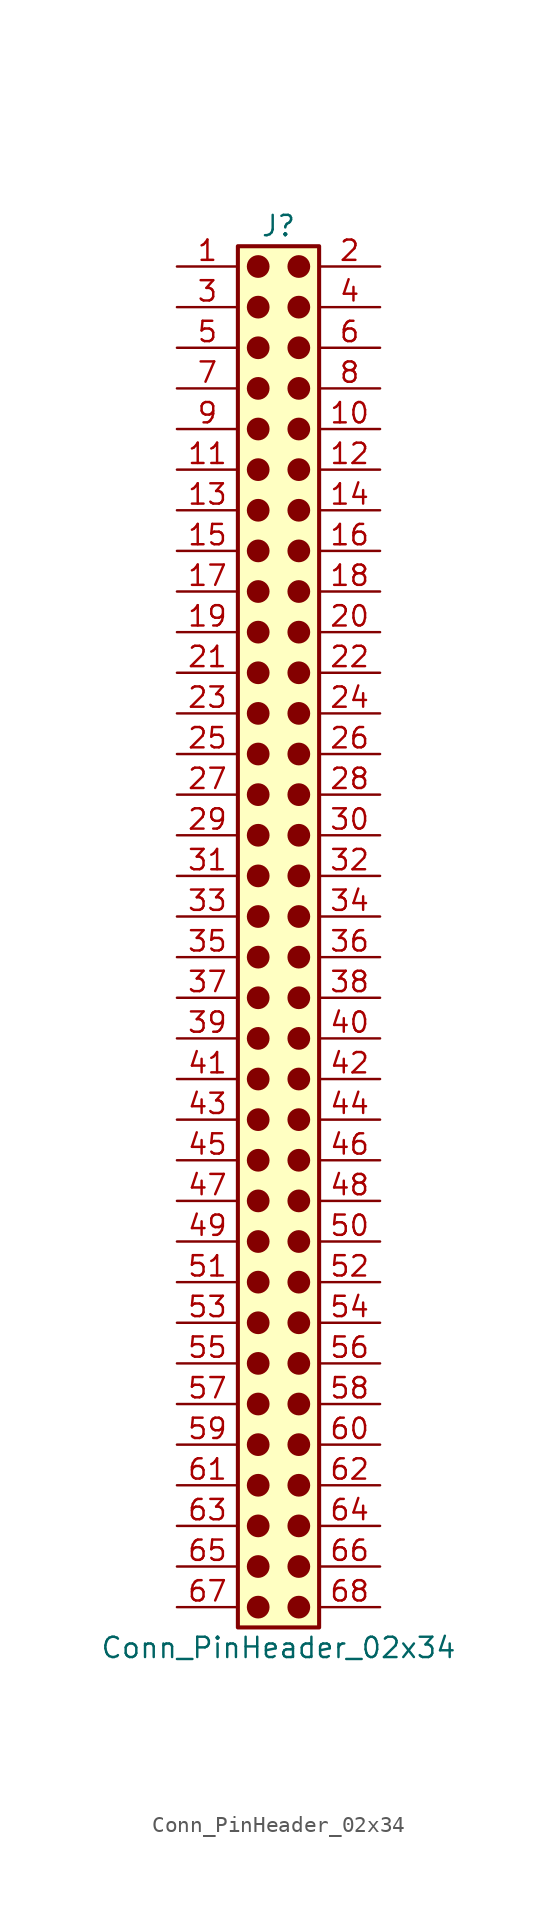
<source format=kicad_sym>
(kicad_symbol_lib
  (version 20241209)
  (generator "kicad_symbol_editor")
  (generator_version "9.0")
  (symbol "Conn_PinHeader_02x34"
    (pin_names
      (offset 1.016)
      (hide yes))
    (property "Reference" "J"
      (at 1.27 43.18 0)
      (effects (font (size 1.27 1.27))))
    (property "Value" "Conn_PinHeader_02x34"
      (at 1.27 -45.72 0)
      (effects (font (size 1.27 1.27))))
    (symbol "Conn_PinHeader_02x34_1_1"
      (rectangle (start -1.27 41.91) (end 3.81 -44.45) (stroke (width 0.254) (type default)) (fill (type background)))
      (circle (center 0 40.64) (radius 0.635) (stroke (width 0) (type solid) (color 132 0 0 1)) (fill (type outline)))
      (circle (center 0 38.1) (radius 0.635) (stroke (width 0) (type solid) (color 132 0 0 1)) (fill (type outline)))
      (circle (center 0 35.56) (radius 0.635) (stroke (width 0) (type solid) (color 132 0 0 1)) (fill (type outline)))
      (circle (center 0 33.02) (radius 0.635) (stroke (width 0) (type solid) (color 132 0 0 1)) (fill (type outline)))
      (circle (center 0 30.48) (radius 0.635) (stroke (width 0) (type solid) (color 132 0 0 1)) (fill (type outline)))
      (circle (center 0 27.94) (radius 0.635) (stroke (width 0) (type solid) (color 132 0 0 1)) (fill (type outline)))
      (circle (center 0 25.4) (radius 0.635) (stroke (width 0) (type solid) (color 132 0 0 1)) (fill (type outline)))
      (circle (center 0 22.86) (radius 0.635) (stroke (width 0) (type solid) (color 132 0 0 1)) (fill (type outline)))
      (circle (center 0 20.32) (radius 0.635) (stroke (width 0) (type solid) (color 132 0 0 1)) (fill (type outline)))
      (circle (center 0 17.78) (radius 0.635) (stroke (width 0) (type solid) (color 132 0 0 1)) (fill (type outline)))
      (circle (center 0 15.24) (radius 0.635) (stroke (width 0) (type solid) (color 132 0 0 1)) (fill (type outline)))
      (circle (center 0 12.7) (radius 0.635) (stroke (width 0) (type solid) (color 132 0 0 1)) (fill (type outline)))
      (circle (center 0 10.16) (radius 0.635) (stroke (width 0) (type solid) (color 132 0 0 1)) (fill (type outline)))
      (circle (center 0 7.62) (radius 0.635) (stroke (width 0) (type solid) (color 132 0 0 1)) (fill (type outline)))
      (circle (center 0 5.08) (radius 0.635) (stroke (width 0) (type solid) (color 132 0 0 1)) (fill (type outline)))
      (circle (center 0 2.54) (radius 0.635) (stroke (width 0) (type solid) (color 132 0 0 1)) (fill (type outline)))
      (circle (center 0 0) (radius 0.635) (stroke (width 0) (type solid) (color 132 0 0 1)) (fill (type outline)))
      (circle (center 0 -2.54) (radius 0.635) (stroke (width 0) (type solid) (color 132 0 0 1)) (fill (type outline)))
      (circle (center 0 -5.08) (radius 0.635) (stroke (width 0) (type solid) (color 132 0 0 1)) (fill (type outline)))
      (circle (center 0 -7.62) (radius 0.635) (stroke (width 0) (type solid) (color 132 0 0 1)) (fill (type outline)))
      (circle (center 0 -10.16) (radius 0.635) (stroke (width 0) (type solid) (color 132 0 0 1)) (fill (type outline)))
      (circle (center 0 -12.7) (radius 0.635) (stroke (width 0) (type solid) (color 132 0 0 1)) (fill (type outline)))
      (circle (center 0 -15.24) (radius 0.635) (stroke (width 0) (type solid) (color 132 0 0 1)) (fill (type outline)))
      (circle (center 0 -17.78) (radius 0.635) (stroke (width 0) (type solid) (color 132 0 0 1)) (fill (type outline)))
      (circle (center 0 -20.32) (radius 0.635) (stroke (width 0) (type solid) (color 132 0 0 1)) (fill (type outline)))
      (circle (center 0 -22.86) (radius 0.635) (stroke (width 0) (type solid) (color 132 0 0 1)) (fill (type outline)))
      (circle (center 0 -25.4) (radius 0.635) (stroke (width 0) (type solid) (color 132 0 0 1)) (fill (type outline)))
      (circle (center 0 -27.94) (radius 0.635) (stroke (width 0) (type solid) (color 132 0 0 1)) (fill (type outline)))
      (circle (center 0 -30.48) (radius 0.635) (stroke (width 0) (type solid) (color 132 0 0 1)) (fill (type outline)))
      (circle (center 0 -33.02) (radius 0.635) (stroke (width 0) (type solid) (color 132 0 0 1)) (fill (type outline)))
      (circle (center 0 -35.56) (radius 0.635) (stroke (width 0) (type solid) (color 132 0 0 1)) (fill (type outline)))
      (circle (center 0 -38.1) (radius 0.635) (stroke (width 0) (type solid) (color 132 0 0 1)) (fill (type outline)))
      (circle (center 0 -40.64) (radius 0.635) (stroke (width 0) (type solid) (color 132 0 0 1)) (fill (type outline)))
      (circle (center 0 -43.18) (radius 0.635) (stroke (width 0) (type solid) (color 132 0 0 1)) (fill (type outline)))
      (circle (center 2.54 40.64) (radius 0.635) (stroke (width 0) (type solid) (color 132 0 0 1)) (fill (type outline)))
      (circle (center 2.54 38.1) (radius 0.635) (stroke (width 0) (type solid) (color 132 0 0 1)) (fill (type outline)))
      (circle (center 2.54 35.56) (radius 0.635) (stroke (width 0) (type solid) (color 132 0 0 1)) (fill (type outline)))
      (circle (center 2.54 33.02) (radius 0.635) (stroke (width 0) (type solid) (color 132 0 0 1)) (fill (type outline)))
      (circle (center 2.54 30.48) (radius 0.635) (stroke (width 0) (type solid) (color 132 0 0 1)) (fill (type outline)))
      (circle (center 2.54 27.94) (radius 0.635) (stroke (width 0) (type solid) (color 132 0 0 1)) (fill (type outline)))
      (circle (center 2.54 25.4) (radius 0.635) (stroke (width 0) (type solid) (color 132 0 0 1)) (fill (type outline)))
      (circle (center 2.54 22.86) (radius 0.635) (stroke (width 0) (type solid) (color 132 0 0 1)) (fill (type outline)))
      (circle (center 2.54 20.32) (radius 0.635) (stroke (width 0) (type solid) (color 132 0 0 1)) (fill (type outline)))
      (circle (center 2.54 17.78) (radius 0.635) (stroke (width 0) (type solid) (color 132 0 0 1)) (fill (type outline)))
      (circle (center 2.54 15.24) (radius 0.635) (stroke (width 0) (type solid) (color 132 0 0 1)) (fill (type outline)))
      (circle (center 2.54 12.7) (radius 0.635) (stroke (width 0) (type solid) (color 132 0 0 1)) (fill (type outline)))
      (circle (center 2.54 10.16) (radius 0.635) (stroke (width 0) (type solid) (color 132 0 0 1)) (fill (type outline)))
      (circle (center 2.54 7.62) (radius 0.635) (stroke (width 0) (type solid) (color 132 0 0 1)) (fill (type outline)))
      (circle (center 2.54 5.08) (radius 0.635) (stroke (width 0) (type solid) (color 132 0 0 1)) (fill (type outline)))
      (circle (center 2.54 2.54) (radius 0.635) (stroke (width 0) (type solid) (color 132 0 0 1)) (fill (type outline)))
      (circle (center 2.54 0) (radius 0.635) (stroke (width 0) (type solid) (color 132 0 0 1)) (fill (type outline)))
      (circle (center 2.54 -2.54) (radius 0.635) (stroke (width 0) (type solid) (color 132 0 0 1)) (fill (type outline)))
      (circle (center 2.54 -5.08) (radius 0.635) (stroke (width 0) (type solid) (color 132 0 0 1)) (fill (type outline)))
      (circle (center 2.54 -7.62) (radius 0.635) (stroke (width 0) (type solid) (color 132 0 0 1)) (fill (type outline)))
      (circle (center 2.54 -10.16) (radius 0.635) (stroke (width 0) (type solid) (color 132 0 0 1)) (fill (type outline)))
      (circle (center 2.54 -12.7) (radius 0.635) (stroke (width 0) (type solid) (color 132 0 0 1)) (fill (type outline)))
      (circle (center 2.54 -15.24) (radius 0.635) (stroke (width 0) (type solid) (color 132 0 0 1)) (fill (type outline)))
      (circle (center 2.54 -17.78) (radius 0.635) (stroke (width 0) (type solid) (color 132 0 0 1)) (fill (type outline)))
      (circle (center 2.54 -20.32) (radius 0.635) (stroke (width 0) (type solid) (color 132 0 0 1)) (fill (type outline)))
      (circle (center 2.54 -22.86) (radius 0.635) (stroke (width 0) (type solid) (color 132 0 0 1)) (fill (type outline)))
      (circle (center 2.54 -25.4) (radius 0.635) (stroke (width 0) (type solid) (color 132 0 0 1)) (fill (type outline)))
      (circle (center 2.54 -27.94) (radius 0.635) (stroke (width 0) (type solid) (color 132 0 0 1)) (fill (type outline)))
      (circle (center 2.54 -30.48) (radius 0.635) (stroke (width 0) (type solid) (color 132 0 0 1)) (fill (type outline)))
      (circle (center 2.54 -33.02) (radius 0.635) (stroke (width 0) (type solid) (color 132 0 0 1)) (fill (type outline)))
      (circle (center 2.54 -35.56) (radius 0.635) (stroke (width 0) (type solid) (color 132 0 0 1)) (fill (type outline)))
      (circle (center 2.54 -38.1) (radius 0.635) (stroke (width 0) (type solid) (color 132 0 0 1)) (fill (type outline)))
      (circle (center 2.54 -40.64) (radius 0.635) (stroke (width 0) (type solid) (color 132 0 0 1)) (fill (type outline)))
      (circle (center 2.54 -43.18) (radius 0.635) (stroke (width 0) (type solid) (color 132 0 0 1)) (fill (type outline)))
      (pin passive line (at -5.08 40.64 0) (length 3.81) (name "Pin_1" (effects (font (size 1.27 1.27)))) (number "1" (effects (font (size 1.27 1.27)))))
      (pin passive line (at -5.08 38.1 0) (length 3.81) (name "Pin_3" (effects (font (size 1.27 1.27)))) (number "3" (effects (font (size 1.27 1.27)))))
      (pin passive line (at -5.08 35.56 0) (length 3.81) (name "Pin_5" (effects (font (size 1.27 1.27)))) (number "5" (effects (font (size 1.27 1.27)))))
      (pin passive line (at -5.08 33.02 0) (length 3.81) (name "Pin_7" (effects (font (size 1.27 1.27)))) (number "7" (effects (font (size 1.27 1.27)))))
      (pin passive line (at -5.08 30.48 0) (length 3.81) (name "Pin_9" (effects (font (size 1.27 1.27)))) (number "9" (effects (font (size 1.27 1.27)))))
      (pin passive line (at -5.08 27.94 0) (length 3.81) (name "Pin_11" (effects (font (size 1.27 1.27)))) (number "11" (effects (font (size 1.27 1.27)))))
      (pin passive line (at -5.08 25.4 0) (length 3.81) (name "Pin_13" (effects (font (size 1.27 1.27)))) (number "13" (effects (font (size 1.27 1.27)))))
      (pin passive line (at -5.08 22.86 0) (length 3.81) (name "Pin_15" (effects (font (size 1.27 1.27)))) (number "15" (effects (font (size 1.27 1.27)))))
      (pin passive line (at -5.08 20.32 0) (length 3.81) (name "Pin_17" (effects (font (size 1.27 1.27)))) (number "17" (effects (font (size 1.27 1.27)))))
      (pin passive line (at -5.08 17.78 0) (length 3.81) (name "Pin_19" (effects (font (size 1.27 1.27)))) (number "19" (effects (font (size 1.27 1.27)))))
      (pin passive line (at -5.08 15.24 0) (length 3.81) (name "Pin_21" (effects (font (size 1.27 1.27)))) (number "21" (effects (font (size 1.27 1.27)))))
      (pin passive line (at -5.08 12.7 0) (length 3.81) (name "Pin_23" (effects (font (size 1.27 1.27)))) (number "23" (effects (font (size 1.27 1.27)))))
      (pin passive line (at -5.08 10.16 0) (length 3.81) (name "Pin_25" (effects (font (size 1.27 1.27)))) (number "25" (effects (font (size 1.27 1.27)))))
      (pin passive line (at -5.08 7.62 0) (length 3.81) (name "Pin_27" (effects (font (size 1.27 1.27)))) (number "27" (effects (font (size 1.27 1.27)))))
      (pin passive line (at -5.08 5.08 0) (length 3.81) (name "Pin_29" (effects (font (size 1.27 1.27)))) (number "29" (effects (font (size 1.27 1.27)))))
      (pin passive line (at -5.08 2.54 0) (length 3.81) (name "Pin_31" (effects (font (size 1.27 1.27)))) (number "31" (effects (font (size 1.27 1.27)))))
      (pin passive line (at -5.08 0 0) (length 3.81) (name "Pin_33" (effects (font (size 1.27 1.27)))) (number "33" (effects (font (size 1.27 1.27)))))
      (pin passive line (at -5.08 -2.54 0) (length 3.81) (name "Pin_35" (effects (font (size 1.27 1.27)))) (number "35" (effects (font (size 1.27 1.27)))))
      (pin passive line (at -5.08 -5.08 0) (length 3.81) (name "Pin_37" (effects (font (size 1.27 1.27)))) (number "37" (effects (font (size 1.27 1.27)))))
      (pin passive line (at -5.08 -7.62 0) (length 3.81) (name "Pin_39" (effects (font (size 1.27 1.27)))) (number "39" (effects (font (size 1.27 1.27)))))
      (pin passive line (at -5.08 -10.16 0) (length 3.81) (name "Pin_41" (effects (font (size 1.27 1.27)))) (number "41" (effects (font (size 1.27 1.27)))))
      (pin passive line (at -5.08 -12.7 0) (length 3.81) (name "Pin_43" (effects (font (size 1.27 1.27)))) (number "43" (effects (font (size 1.27 1.27)))))
      (pin passive line (at -5.08 -15.24 0) (length 3.81) (name "Pin_45" (effects (font (size 1.27 1.27)))) (number "45" (effects (font (size 1.27 1.27)))))
      (pin passive line (at -5.08 -17.78 0) (length 3.81) (name "Pin_47" (effects (font (size 1.27 1.27)))) (number "47" (effects (font (size 1.27 1.27)))))
      (pin passive line (at -5.08 -20.32 0) (length 3.81) (name "Pin_49" (effects (font (size 1.27 1.27)))) (number "49" (effects (font (size 1.27 1.27)))))
      (pin passive line (at -5.08 -22.86 0) (length 3.81) (name "Pin_51" (effects (font (size 1.27 1.27)))) (number "51" (effects (font (size 1.27 1.27)))))
      (pin passive line (at -5.08 -25.4 0) (length 3.81) (name "Pin_53" (effects (font (size 1.27 1.27)))) (number "53" (effects (font (size 1.27 1.27)))))
      (pin passive line (at -5.08 -27.94 0) (length 3.81) (name "Pin_55" (effects (font (size 1.27 1.27)))) (number "55" (effects (font (size 1.27 1.27)))))
      (pin passive line (at -5.08 -30.48 0) (length 3.81) (name "Pin_57" (effects (font (size 1.27 1.27)))) (number "57" (effects (font (size 1.27 1.27)))))
      (pin passive line (at -5.08 -33.02 0) (length 3.81) (name "Pin_59" (effects (font (size 1.27 1.27)))) (number "59" (effects (font (size 1.27 1.27)))))
      (pin passive line (at -5.08 -35.56 0) (length 3.81) (name "Pin_61" (effects (font (size 1.27 1.27)))) (number "61" (effects (font (size 1.27 1.27)))))
      (pin passive line (at -5.08 -38.1 0) (length 3.81) (name "Pin_63" (effects (font (size 1.27 1.27)))) (number "63" (effects (font (size 1.27 1.27)))))
      (pin passive line (at -5.08 -40.64 0) (length 3.81) (name "Pin_65" (effects (font (size 1.27 1.27)))) (number "65" (effects (font (size 1.27 1.27)))))
      (pin passive line (at -5.08 -43.18 0) (length 3.81) (name "Pin_67" (effects (font (size 1.27 1.27)))) (number "67" (effects (font (size 1.27 1.27)))))
      (pin passive line (at 7.62 40.64 180) (length 3.81) (name "Pin_2" (effects (font (size 1.27 1.27)))) (number "2" (effects (font (size 1.27 1.27)))))
      (pin passive line (at 7.62 38.1 180) (length 3.81) (name "Pin_4" (effects (font (size 1.27 1.27)))) (number "4" (effects (font (size 1.27 1.27)))))
      (pin passive line (at 7.62 35.56 180) (length 3.81) (name "Pin_6" (effects (font (size 1.27 1.27)))) (number "6" (effects (font (size 1.27 1.27)))))
      (pin passive line (at 7.62 33.02 180) (length 3.81) (name "Pin_8" (effects (font (size 1.27 1.27)))) (number "8" (effects (font (size 1.27 1.27)))))
      (pin passive line (at 7.62 30.48 180) (length 3.81) (name "Pin_10" (effects (font (size 1.27 1.27)))) (number "10" (effects (font (size 1.27 1.27)))))
      (pin passive line (at 7.62 27.94 180) (length 3.81) (name "Pin_12" (effects (font (size 1.27 1.27)))) (number "12" (effects (font (size 1.27 1.27)))))
      (pin passive line (at 7.62 25.4 180) (length 3.81) (name "Pin_14" (effects (font (size 1.27 1.27)))) (number "14" (effects (font (size 1.27 1.27)))))
      (pin passive line (at 7.62 22.86 180) (length 3.81) (name "Pin_16" (effects (font (size 1.27 1.27)))) (number "16" (effects (font (size 1.27 1.27)))))
      (pin passive line (at 7.62 20.32 180) (length 3.81) (name "Pin_18" (effects (font (size 1.27 1.27)))) (number "18" (effects (font (size 1.27 1.27)))))
      (pin passive line (at 7.62 17.78 180) (length 3.81) (name "Pin_20" (effects (font (size 1.27 1.27)))) (number "20" (effects (font (size 1.27 1.27)))))
      (pin passive line (at 7.62 15.24 180) (length 3.81) (name "Pin_22" (effects (font (size 1.27 1.27)))) (number "22" (effects (font (size 1.27 1.27)))))
      (pin passive line (at 7.62 12.7 180) (length 3.81) (name "Pin_24" (effects (font (size 1.27 1.27)))) (number "24" (effects (font (size 1.27 1.27)))))
      (pin passive line (at 7.62 10.16 180) (length 3.81) (name "Pin_26" (effects (font (size 1.27 1.27)))) (number "26" (effects (font (size 1.27 1.27)))))
      (pin passive line (at 7.62 7.62 180) (length 3.81) (name "Pin_28" (effects (font (size 1.27 1.27)))) (number "28" (effects (font (size 1.27 1.27)))))
      (pin passive line (at 7.62 5.08 180) (length 3.81) (name "Pin_30" (effects (font (size 1.27 1.27)))) (number "30" (effects (font (size 1.27 1.27)))))
      (pin passive line (at 7.62 2.54 180) (length 3.81) (name "Pin_32" (effects (font (size 1.27 1.27)))) (number "32" (effects (font (size 1.27 1.27)))))
      (pin passive line (at 7.62 0 180) (length 3.81) (name "Pin_34" (effects (font (size 1.27 1.27)))) (number "34" (effects (font (size 1.27 1.27)))))
      (pin passive line (at 7.62 -2.54 180) (length 3.81) (name "Pin_36" (effects (font (size 1.27 1.27)))) (number "36" (effects (font (size 1.27 1.27)))))
      (pin passive line (at 7.62 -5.08 180) (length 3.81) (name "Pin_38" (effects (font (size 1.27 1.27)))) (number "38" (effects (font (size 1.27 1.27)))))
      (pin passive line (at 7.62 -7.62 180) (length 3.81) (name "Pin_40" (effects (font (size 1.27 1.27)))) (number "40" (effects (font (size 1.27 1.27)))))
      (pin passive line (at 7.62 -10.16 180) (length 3.81) (name "Pin_42" (effects (font (size 1.27 1.27)))) (number "42" (effects (font (size 1.27 1.27)))))
      (pin passive line (at 7.62 -12.7 180) (length 3.81) (name "Pin_44" (effects (font (size 1.27 1.27)))) (number "44" (effects (font (size 1.27 1.27)))))
      (pin passive line (at 7.62 -15.24 180) (length 3.81) (name "Pin_46" (effects (font (size 1.27 1.27)))) (number "46" (effects (font (size 1.27 1.27)))))
      (pin passive line (at 7.62 -17.78 180) (length 3.81) (name "Pin_48" (effects (font (size 1.27 1.27)))) (number "48" (effects (font (size 1.27 1.27)))))
      (pin passive line (at 7.62 -20.32 180) (length 3.81) (name "Pin_50" (effects (font (size 1.27 1.27)))) (number "50" (effects (font (size 1.27 1.27)))))
      (pin passive line (at 7.62 -22.86 180) (length 3.81) (name "Pin_52" (effects (font (size 1.27 1.27)))) (number "52" (effects (font (size 1.27 1.27)))))
      (pin passive line (at 7.62 -25.4 180) (length 3.81) (name "Pin_54" (effects (font (size 1.27 1.27)))) (number "54" (effects (font (size 1.27 1.27)))))
      (pin passive line (at 7.62 -27.94 180) (length 3.81) (name "Pin_56" (effects (font (size 1.27 1.27)))) (number "56" (effects (font (size 1.27 1.27)))))
      (pin passive line (at 7.62 -30.48 180) (length 3.81) (name "Pin_58" (effects (font (size 1.27 1.27)))) (number "58" (effects (font (size 1.27 1.27)))))
      (pin passive line (at 7.62 -33.02 180) (length 3.81) (name "Pin_60" (effects (font (size 1.27 1.27)))) (number "60" (effects (font (size 1.27 1.27)))))
      (pin passive line (at 7.62 -35.56 180) (length 3.81) (name "Pin_62" (effects (font (size 1.27 1.27)))) (number "62" (effects (font (size 1.27 1.27)))))
      (pin passive line (at 7.62 -38.1 180) (length 3.81) (name "Pin_64" (effects (font (size 1.27 1.27)))) (number "64" (effects (font (size 1.27 1.27)))))
      (pin passive line (at 7.62 -40.64 180) (length 3.81) (name "Pin_66" (effects (font (size 1.27 1.27)))) (number "66" (effects (font (size 1.27 1.27)))))
      (pin passive line (at 7.62 -43.18 180) (length 3.81) (name "Pin_68" (effects (font (size 1.27 1.27)))) (number "68" (effects (font (size 1.27 1.27))))))))
</source>
